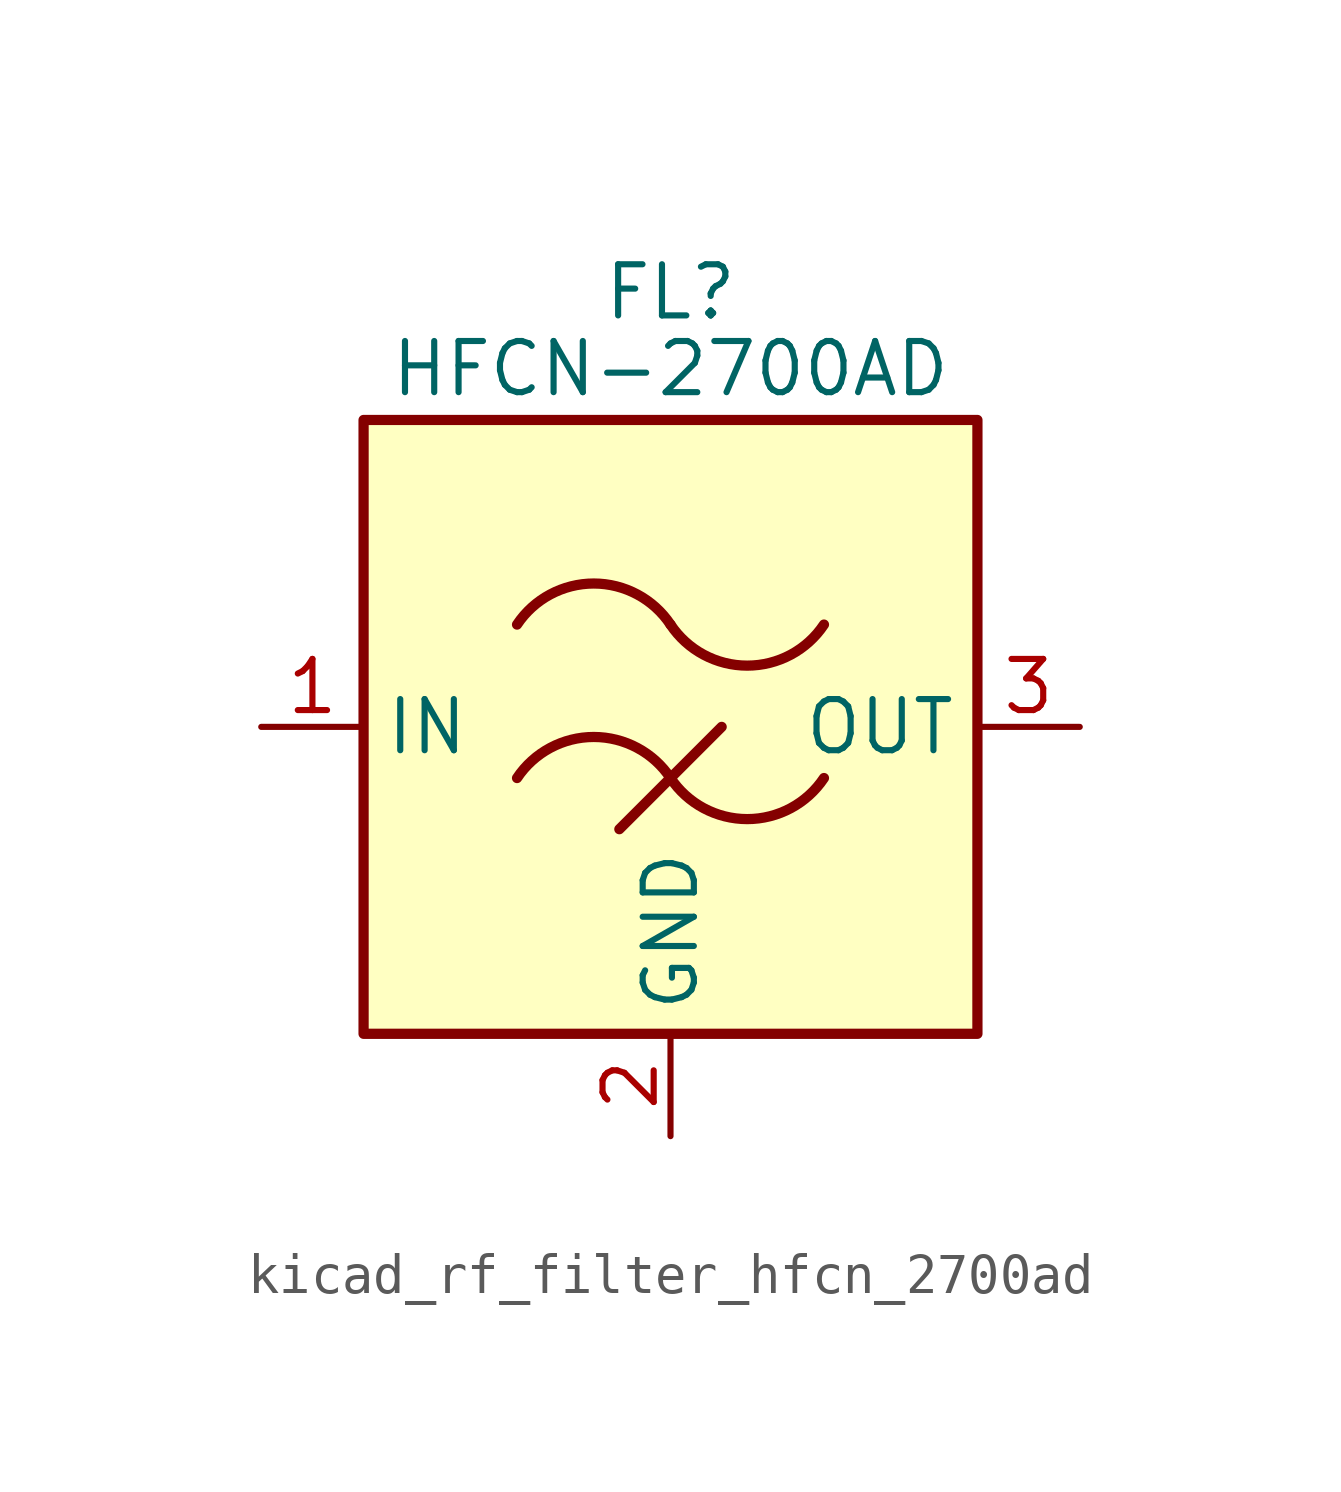
<source format=kicad_sym>
(kicad_symbol_lib
  (version 20220914)
  (generator kicad_symbol_editor)
  (symbol "kicad_rf_filter_hfcn_2700ad"
    (property "Reference" "FL"
      (at 0 10.795 0)
      (effects (font (size 1.27 1.27))))
    (property "Value" "HFCN-2700AD"
      (at 0 8.89 0)
      (effects (font (size 1.27 1.27))))
    (symbol "kicad_rf_filter_hfcn_2700ad_0_1"
      (rectangle (start -7.62 7.62) (end 7.62 -7.62) (stroke (width 0.254) (type default)) (fill (type background)))
      (arc (start 0 -1.27) (mid -1.905 -0.2505) (end -3.81 -1.27) (stroke (width 0.254) (type default)) (fill (type none)))
      (arc (start 0 -1.27) (mid 1.905 -2.2895) (end 3.81 -1.27) (stroke (width 0.254) (type default)) (fill (type none)))
      (polyline (pts (xy -1.27 -2.54) (xy 1.27 0)) (stroke (width 0.254) (type default)) (fill (type none)))
      (arc (start 0 2.54) (mid -1.905 3.5595) (end -3.81 2.54) (stroke (width 0.254) (type default)) (fill (type none)))
      (arc (start 0 2.54) (mid 1.905 1.5205) (end 3.81 2.54) (stroke (width 0.254) (type default)) (fill (type none))))
    (symbol "kicad_rf_filter_hfcn_2700ad_1_1"
      (pin passive line (at -10.16 0 0) (length 2.54) (name "IN" (effects (font (size 1.27 1.27)))) (number "1" (effects (font (size 1.27 1.27)))))
      (pin passive line (at 0 -10.16 90) (length 2.54) (name "GND" (effects (font (size 1.27 1.27)))) (number "2" (effects (font (size 1.27 1.27)))))
      (pin passive line (at 10.16 0 180) (length 2.54) (name "OUT" (effects (font (size 1.27 1.27)))) (number "3" (effects (font (size 1.27 1.27)))))
      (pin passive line (at 0 -10.16 90) (length 2.54) hide (name "GND" (effects (font (size 1.27 1.27)))) (number "4" (effects (font (size 1.27 1.27)))))
      (pin passive line (at 0 -10.16 90) (length 2.54) hide (name "GND" (effects (font (size 1.27 1.27)))) (number "5" (effects (font (size 1.27 1.27)))))
      (pin passive line (at 0 -10.16 90) (length 2.54) hide (name "GND" (effects (font (size 1.27 1.27)))) (number "6" (effects (font (size 1.27 1.27))))))))
</source>
